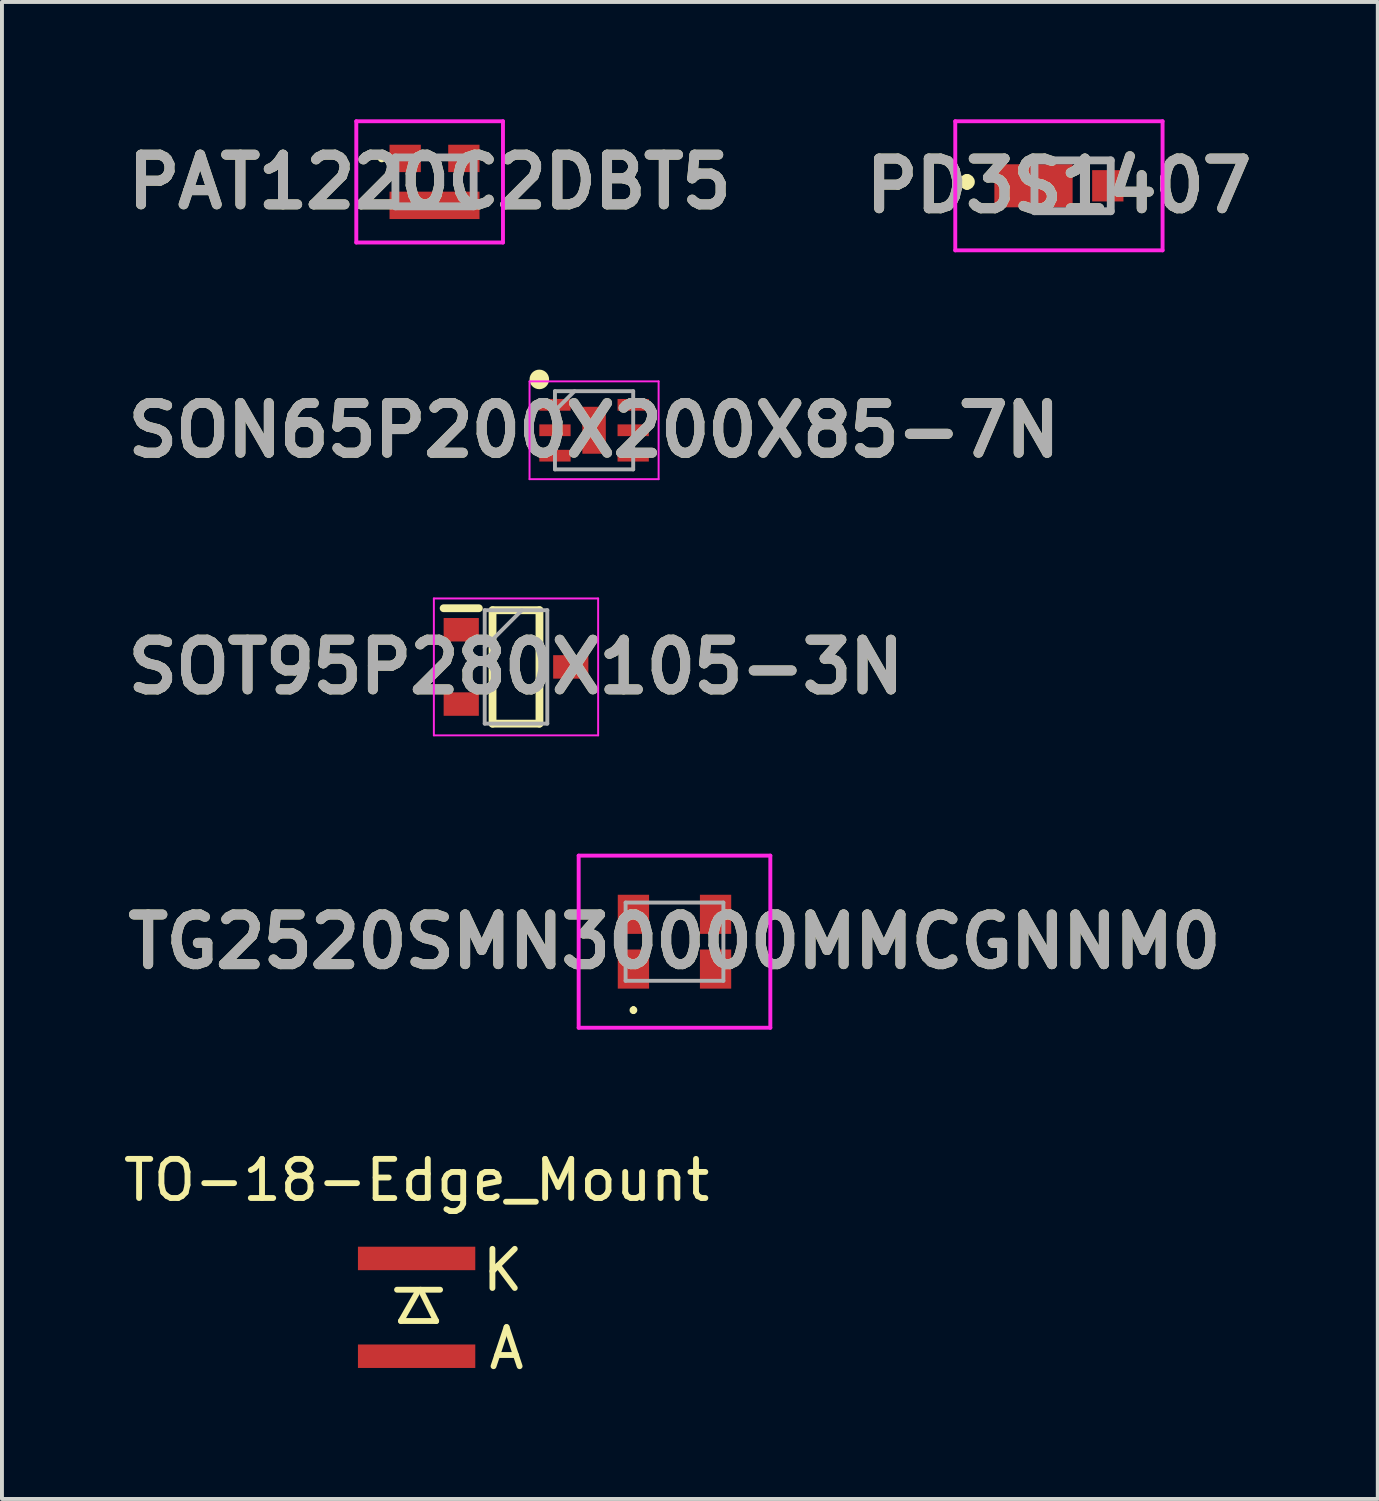
<source format=kicad_pcb>
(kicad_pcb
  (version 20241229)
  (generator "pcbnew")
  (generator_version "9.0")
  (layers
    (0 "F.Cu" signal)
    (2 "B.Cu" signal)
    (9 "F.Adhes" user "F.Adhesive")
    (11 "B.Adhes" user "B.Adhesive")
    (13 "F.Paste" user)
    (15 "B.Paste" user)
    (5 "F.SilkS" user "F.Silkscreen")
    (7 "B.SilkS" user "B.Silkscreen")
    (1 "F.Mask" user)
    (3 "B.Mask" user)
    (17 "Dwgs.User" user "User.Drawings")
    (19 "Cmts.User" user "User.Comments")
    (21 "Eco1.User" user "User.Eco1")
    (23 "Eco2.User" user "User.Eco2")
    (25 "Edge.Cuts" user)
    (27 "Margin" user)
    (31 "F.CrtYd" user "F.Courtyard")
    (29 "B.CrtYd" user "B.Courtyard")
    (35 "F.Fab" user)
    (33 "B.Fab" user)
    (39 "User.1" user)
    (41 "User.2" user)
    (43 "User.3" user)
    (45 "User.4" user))
  (footprint "PAT1220C2DBT5"
    (layer "F.Cu")
    (at 8.059 1.6)
    (property "Reference" "PAT1220C2DBT5" (at -0.125 0 0) (layer "F.SilkS") (effects (font (size 1.27 1.27) (thickness 0.254))))
    (attr smd)
    (fp_line (start -1.4 -0.6) (end -1.4 -0.6) (stroke (width 0.1) (type solid)) (layer "F.SilkS"))
    (fp_line (start -1.3 -0.6) (end -1.3 -0.6) (stroke (width 0.1) (type solid)) (layer "F.SilkS"))
    (fp_line (start -1 0.1) (end -1 0) (stroke (width 0.1) (type solid)) (layer "F.SilkS"))
    (fp_line (start -0.1 -0.625) (end 0.1 -0.625) (stroke (width 0.1) (type solid)) (layer "F.SilkS"))
    (fp_line (start 1 0.1) (end 1 0) (stroke (width 0.1) (type solid)) (layer "F.SilkS"))
    (fp_arc (start -1.4 -0.6) (mid -1.35 -0.65) (end -1.3 -0.6) (stroke (width 0.1) (type solid)) (layer "F.SilkS"))
    (fp_arc (start -1.3 -0.6) (mid -1.35 -0.55) (end -1.4 -0.6) (stroke (width 0.1) (type solid)) (layer "F.SilkS"))
    (fp_line (start -2 -1.55) (end 1.75 -1.55) (stroke (width 0.1) (type solid)) (layer "F.CrtYd"))
    (fp_line (start -2 1.55) (end -2 -1.55) (stroke (width 0.1) (type solid)) (layer "F.CrtYd"))
    (fp_line (start 1.75 -1.55) (end 1.75 1.55) (stroke (width 0.1) (type solid)) (layer "F.CrtYd"))
    (fp_line (start 1.75 1.55) (end -2 1.55) (stroke (width 0.1) (type solid)) (layer "F.CrtYd"))
    (fp_line (start -1 -0.625) (end 1 -0.625) (stroke (width 0.2) (type solid)) (layer "F.Fab"))
    (fp_line (start -1 0.625) (end -1 -0.625) (stroke (width 0.2) (type solid)) (layer "F.Fab"))
    (fp_line (start 1 -0.625) (end 1 0.625) (stroke (width 0.2) (type solid)) (layer "F.Fab"))
    (fp_line (start 1 0.625) (end -1 0.625) (stroke (width 0.2) (type solid)) (layer "F.Fab"))
    (fp_text user "${REFERENCE}" (at -0.125 0 0) (layer "F.Fab") (effects (font (size 1.27 1.27) (thickness 0.254))))
    (pad "1" smd rect (at -0.75 -0.6 90) (size 0.7 0.8) (layers "F.Cu" "F.Mask" "F.Paste"))
    (pad "2" smd rect (at 0.75 -0.6 90) (size 0.7 0.8) (layers "F.Cu" "F.Mask" "F.Paste"))
    (pad "3" smd rect (at 0 0.6 90) (size 0.7 2.3) (layers "F.Cu" "F.Mask" "F.Paste")))
  (footprint "SOT95P280X105-3N"
    (layer "F.Cu")
    (at 10.142 14)
    (property "Reference" "SOT95P280X105-3N" (at 0 0 0) (layer "F.SilkS") (effects (font (size 1.27 1.27) (thickness 0.254))))
    (attr smd)
    (fp_line (start -1.85 -1.5) (end -0.95 -1.5) (stroke (width 0.2) (type solid)) (layer "F.SilkS"))
    (fp_line (start -0.6 -1.45) (end 0.6 -1.45) (stroke (width 0.2) (type solid)) (layer "F.SilkS"))
    (fp_line (start -0.6 1.45) (end -0.6 -1.45) (stroke (width 0.2) (type solid)) (layer "F.SilkS"))
    (fp_line (start 0.6 -1.45) (end 0.6 1.45) (stroke (width 0.2) (type solid)) (layer "F.SilkS"))
    (fp_line (start 0.6 1.45) (end -0.6 1.45) (stroke (width 0.2) (type solid)) (layer "F.SilkS"))
    (fp_line (start -2.1 -1.75) (end 2.1 -1.75) (stroke (width 0.05) (type solid)) (layer "F.CrtYd"))
    (fp_line (start -2.1 1.75) (end -2.1 -1.75) (stroke (width 0.05) (type solid)) (layer "F.CrtYd"))
    (fp_line (start 2.1 -1.75) (end 2.1 1.75) (stroke (width 0.05) (type solid)) (layer "F.CrtYd"))
    (fp_line (start 2.1 1.75) (end -2.1 1.75) (stroke (width 0.05) (type solid)) (layer "F.CrtYd"))
    (fp_line (start -0.8 -1.45) (end 0.8 -1.45) (stroke (width 0.1) (type solid)) (layer "F.Fab"))
    (fp_line (start -0.8 -0.5) (end 0.15 -1.45) (stroke (width 0.1) (type solid)) (layer "F.Fab"))
    (fp_line (start -0.8 1.45) (end -0.8 -1.45) (stroke (width 0.1) (type solid)) (layer "F.Fab"))
    (fp_line (start 0.8 -1.45) (end 0.8 1.45) (stroke (width 0.1) (type solid)) (layer "F.Fab"))
    (fp_line (start 0.8 1.45) (end -0.8 1.45) (stroke (width 0.1) (type solid)) (layer "F.Fab"))
    (fp_text user "${REFERENCE}" (at 0 0 0) (layer "F.Fab") (effects (font (size 1.27 1.27) (thickness 0.254))))
    (pad "1" smd rect (at -1.4 -0.95 90) (size 0.6 0.9) (layers "F.Cu" "F.Mask" "F.Paste"))
    (pad "2" smd rect (at -1.4 0.95 90) (size 0.6 0.9) (layers "F.Cu" "F.Mask" "F.Paste"))
    (pad "3" smd rect (at 1.4 0 90) (size 0.6 0.9) (layers "F.Cu" "F.Mask" "F.Paste")))
  (footprint "TG2520SMN30000MMCGNNM0"
    (layer "F.Cu")
    (at 14.194 21.025)
    (property "Reference" "TG2520SMN30000MMCGNNM0" (at 0 0 0) (layer "F.SilkS") (effects (font (size 1.27 1.27) (thickness 0.254))))
    (attr smd)
    (fp_line (start -1.05 1.7) (end -1.05 1.7) (stroke (width 0.1) (type solid)) (layer "F.SilkS"))
    (fp_line (start -1.05 1.8) (end -1.05 1.8) (stroke (width 0.1) (type solid)) (layer "F.SilkS"))
    (fp_arc (start -1.05 1.7) (mid -1 1.75) (end -1.05 1.8) (stroke (width 0.1) (type solid)) (layer "F.SilkS"))
    (fp_arc (start -1.05 1.8) (mid -1.1 1.75) (end -1.05 1.7) (stroke (width 0.1) (type solid)) (layer "F.SilkS"))
    (fp_line (start -2.45 -2.2) (end 2.45 -2.2) (stroke (width 0.1) (type solid)) (layer "F.CrtYd"))
    (fp_line (start -2.45 2.2) (end -2.45 -2.2) (stroke (width 0.1) (type solid)) (layer "F.CrtYd"))
    (fp_line (start 2.45 -2.2) (end 2.45 2.2) (stroke (width 0.1) (type solid)) (layer "F.CrtYd"))
    (fp_line (start 2.45 2.2) (end -2.45 2.2) (stroke (width 0.1) (type solid)) (layer "F.CrtYd"))
    (fp_line (start -1.25 -1) (end -1.25 1) (stroke (width 0.1) (type solid)) (layer "F.Fab"))
    (fp_line (start -1.25 1) (end 1.25 1) (stroke (width 0.1) (type solid)) (layer "F.Fab"))
    (fp_line (start 1.25 -1) (end -1.25 -1) (stroke (width 0.1) (type solid)) (layer "F.Fab"))
    (fp_line (start 1.25 1) (end 1.25 -1) (stroke (width 0.1) (type solid)) (layer "F.Fab"))
    (fp_text user "${REFERENCE}" (at 0 0 0) (layer "F.Fab") (effects (font (size 1.27 1.27) (thickness 0.254))))
    (pad "1" smd rect (at -1.05 0.7) (size 0.8 1) (layers "F.Cu" "F.Mask" "F.Paste"))
    (pad "2" smd rect (at 1.05 0.7) (size 0.8 1) (layers "F.Cu" "F.Mask" "F.Paste"))
    (pad "3" smd rect (at 1.05 -0.7) (size 0.8 1) (layers "F.Cu" "F.Mask" "F.Paste"))
    (pad "4" smd rect (at -1.05 -0.7) (size 0.8 1) (layers "F.Cu" "F.Mask" "F.Paste")))
  (footprint "TO-18-Edge_Mount"
    (layer "F.Cu")
    (at 7.601 29.123)
    (property "Reference" "TO-18-Edge_Mount" (at 0 -2 0) (layer "F.SilkS") (effects (font (size 1 1) (thickness 0.15))))
    (attr through_hole)
    (fp_line (start -0.5 0.8) (end 0.6 0.8) (stroke (width 0.15) (type solid)) (layer "F.SilkS"))
    (fp_line (start -0.4 1.6) (end 0.5 1.6) (stroke (width 0.15) (type solid)) (layer "F.SilkS"))
    (fp_line (start 0 0.9) (end -0.4 1.6) (stroke (width 0.15) (type solid)) (layer "F.SilkS"))
    (fp_line (start 0.5 1.6) (end 0.1 0.8) (stroke (width 0.15) (type solid)) (layer "F.SilkS"))
    (fp_text user "A" (at 2.3 2.3 0) (layer "F.SilkS") (effects (font (size 1 1) (thickness 0.15))))
    (fp_text user "K" (at 2.2 0.3 0) (layer "F.SilkS") (effects (font (size 1 1) (thickness 0.15))))
    (pad "1" smd rect (at 0 0) (size 3 0.6) (layers "F.Cu" "F.Mask" "F.Paste"))
    (pad "2" smd rect (at 0 2.5) (size 3 0.6) (layers "F.Cu" "F.Mask" "F.Paste")))
  (footprint "PD3S1407"
    (layer "F.Cu")
    (at 24.022 1.7)
    (property "Reference" "PD3S1407" (at 0 0 0) (layer "F.SilkS") (effects (font (size 1.27 1.27) (thickness 0.254))))
    (attr smd)
    (fp_line (start -2.35 -0.2) (end -2.35 -0.2) (stroke (width 0.2) (type solid)) (layer "F.SilkS"))
    (fp_line (start -2.35 0) (end -2.35 0) (stroke (width 0.2) (type solid)) (layer "F.SilkS"))
    (fp_line (start 0.65 -0.65) (end 1.35 -0.65) (stroke (width 0.1) (type solid)) (layer "F.SilkS"))
    (fp_line (start 0.65 0.65) (end 1.35 0.65) (stroke (width 0.1) (type solid)) (layer "F.SilkS"))
    (fp_arc (start -2.35 -0.2) (mid -2.25 -0.1) (end -2.35 0) (stroke (width 0.2) (type solid)) (layer "F.SilkS"))
    (fp_arc (start -2.35 0) (mid -2.45 -0.1) (end -2.35 -0.2) (stroke (width 0.2) (type solid)) (layer "F.SilkS"))
    (fp_line (start -2.65 -1.65) (end 2.65 -1.65) (stroke (width 0.1) (type solid)) (layer "F.CrtYd"))
    (fp_line (start -2.65 1.65) (end -2.65 -1.65) (stroke (width 0.1) (type solid)) (layer "F.CrtYd"))
    (fp_line (start 2.65 -1.65) (end 2.65 1.65) (stroke (width 0.1) (type solid)) (layer "F.CrtYd"))
    (fp_line (start 2.65 1.65) (end -2.65 1.65) (stroke (width 0.1) (type solid)) (layer "F.CrtYd"))
    (fp_line (start -0.625 -0.65) (end 1.325 -0.65) (stroke (width 0.2) (type solid)) (layer "F.Fab"))
    (fp_line (start -0.625 0.65) (end -0.625 -0.65) (stroke (width 0.2) (type solid)) (layer "F.Fab"))
    (fp_line (start 1.325 -0.65) (end 1.325 0.65) (stroke (width 0.2) (type solid)) (layer "F.Fab"))
    (fp_line (start 1.325 0.65) (end -0.625 0.65) (stroke (width 0.2) (type solid)) (layer "F.Fab"))
    (fp_text user "${REFERENCE}" (at 0 0 0) (layer "F.Fab") (effects (font (size 1.27 1.27) (thickness 0.254))))
    (pad "1" smd rect (at -0.65 0 90) (size 1.1 2) (layers "F.Cu" "F.Mask" "F.Paste"))
    (pad "2" smd rect (at 1.25 0 90) (size 0.8 0.8) (layers "F.Cu" "F.Mask" "F.Paste")))
  (footprint "SON65P200X200X85-7N"
    (layer "F.Cu")
    (at 12.138 7.95)
    (property "Reference" "SON65P200X200X85-7N" (at 0 0 0) (layer "F.SilkS") (effects (font (size 1.27 1.27) (thickness 0.254))))
    (attr smd)
    (fp_circle (center -1.4 -1.3) (end -1.4 -1.175) (stroke (width 0.25) (type solid)) (fill no) (layer "F.SilkS"))
    (fp_line (start -1.65 -1.25) (end 1.65 -1.25) (stroke (width 0.05) (type solid)) (layer "F.CrtYd"))
    (fp_line (start -1.65 1.25) (end -1.65 -1.25) (stroke (width 0.05) (type solid)) (layer "F.CrtYd"))
    (fp_line (start 1.65 -1.25) (end 1.65 1.25) (stroke (width 0.05) (type solid)) (layer "F.CrtYd"))
    (fp_line (start 1.65 1.25) (end -1.65 1.25) (stroke (width 0.05) (type solid)) (layer "F.CrtYd"))
    (fp_line (start -1 -1) (end 1 -1) (stroke (width 0.1) (type solid)) (layer "F.Fab"))
    (fp_line (start -1 -0.5) (end -0.5 -1) (stroke (width 0.1) (type solid)) (layer "F.Fab"))
    (fp_line (start -1 1) (end -1 -1) (stroke (width 0.1) (type solid)) (layer "F.Fab"))
    (fp_line (start 1 -1) (end 1 1) (stroke (width 0.1) (type solid)) (layer "F.Fab"))
    (fp_line (start 1 1) (end -1 1) (stroke (width 0.1) (type solid)) (layer "F.Fab"))
    (fp_text user "${REFERENCE}" (at 0 0 0) (layer "F.Fab") (effects (font (size 1.27 1.27) (thickness 0.254))))
    (pad "1" smd rect (at -1 -0.65 90) (size 0.3 0.8) (layers "F.Cu" "F.Mask" "F.Paste"))
    (pad "2" smd rect (at -1 0 90) (size 0.3 0.8) (layers "F.Cu" "F.Mask" "F.Paste"))
    (pad "3" smd rect (at -1 0.65 90) (size 0.3 0.8) (layers "F.Cu" "F.Mask" "F.Paste"))
    (pad "4" smd rect (at 1 0.65 90) (size 0.3 0.8) (layers "F.Cu" "F.Mask" "F.Paste"))
    (pad "5" smd rect (at 1 0 90) (size 0.3 0.8) (layers "F.Cu" "F.Mask" "F.Paste"))
    (pad "6" smd rect (at 1 -0.65 90) (size 0.3 0.8) (layers "F.Cu" "F.Mask" "F.Paste"))
    (pad "7" smd rect (at 0 0) (size 0.6 1.2) (layers "F.Cu" "F.Mask" "F.Paste")))
  (gr_rect
    (start -3 -3)
    (end 32.174 35.272)
    (stroke (width 0.1) (type default))
    (fill no)
    (layer "Edge.Cuts")))
</source>
